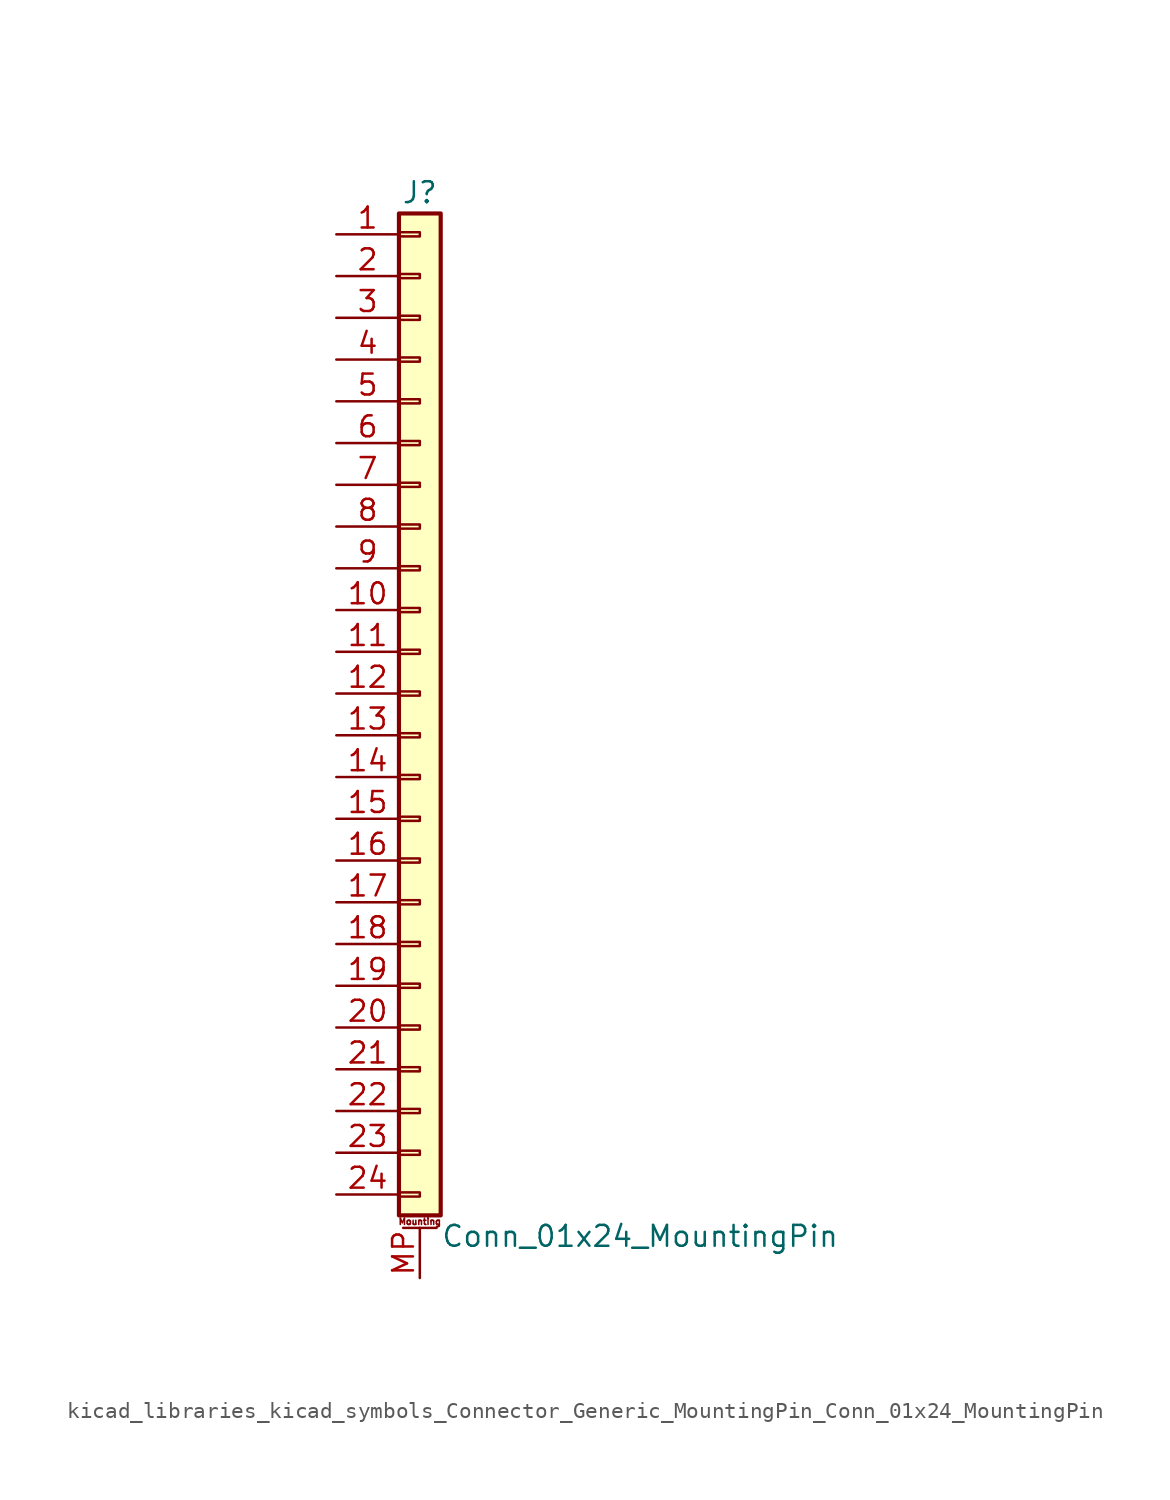
<source format=kicad_sym>
(kicad_symbol_lib
  (version 20220914)
  (generator kicad_symbol_editor)
  (symbol "kicad_libraries_kicad_symbols_Connector_Generic_MountingPin_Conn_01x24_MountingPin"
    (pin_names
      (offset 1.016) hide)
    (property "Reference" "J"
      (at 0 30.48 0)
      (effects (font (size 1.27 1.27))))
    (property "Value" "Conn_01x24_MountingPin"
      (at 1.27 -33.02 0)
      (effects (font (size 1.27 1.27)) (justify left)))
    (symbol "kicad_libraries_kicad_symbols_Connector_Generic_MountingPin_Conn_01x24_MountingPin_1_1"
      (rectangle (start -1.27 -30.353) (end 0 -30.607) (stroke (width 0.152) (type default)) (fill (type none)))
      (rectangle (start -1.27 -27.813) (end 0 -28.067) (stroke (width 0.152) (type default)) (fill (type none)))
      (rectangle (start -1.27 -25.273) (end 0 -25.527) (stroke (width 0.152) (type default)) (fill (type none)))
      (rectangle (start -1.27 -22.733) (end 0 -22.987) (stroke (width 0.152) (type default)) (fill (type none)))
      (rectangle (start -1.27 -20.193) (end 0 -20.447) (stroke (width 0.152) (type default)) (fill (type none)))
      (rectangle (start -1.27 -17.653) (end 0 -17.907) (stroke (width 0.152) (type default)) (fill (type none)))
      (rectangle (start -1.27 -15.113) (end 0 -15.367) (stroke (width 0.152) (type default)) (fill (type none)))
      (rectangle (start -1.27 -12.573) (end 0 -12.827) (stroke (width 0.152) (type default)) (fill (type none)))
      (rectangle (start -1.27 -10.033) (end 0 -10.287) (stroke (width 0.152) (type default)) (fill (type none)))
      (rectangle (start -1.27 -7.493) (end 0 -7.747) (stroke (width 0.152) (type default)) (fill (type none)))
      (rectangle (start -1.27 -4.953) (end 0 -5.207) (stroke (width 0.152) (type default)) (fill (type none)))
      (rectangle (start -1.27 -2.413) (end 0 -2.667) (stroke (width 0.152) (type default)) (fill (type none)))
      (rectangle (start -1.27 0.127) (end 0 -0.127) (stroke (width 0.152) (type default)) (fill (type none)))
      (rectangle (start -1.27 2.667) (end 0 2.413) (stroke (width 0.152) (type default)) (fill (type none)))
      (rectangle (start -1.27 5.207) (end 0 4.953) (stroke (width 0.152) (type default)) (fill (type none)))
      (rectangle (start -1.27 7.747) (end 0 7.493) (stroke (width 0.152) (type default)) (fill (type none)))
      (rectangle (start -1.27 10.287) (end 0 10.033) (stroke (width 0.152) (type default)) (fill (type none)))
      (rectangle (start -1.27 12.827) (end 0 12.573) (stroke (width 0.152) (type default)) (fill (type none)))
      (rectangle (start -1.27 15.367) (end 0 15.113) (stroke (width 0.152) (type default)) (fill (type none)))
      (rectangle (start -1.27 17.907) (end 0 17.653) (stroke (width 0.152) (type default)) (fill (type none)))
      (rectangle (start -1.27 20.447) (end 0 20.193) (stroke (width 0.152) (type default)) (fill (type none)))
      (rectangle (start -1.27 22.987) (end 0 22.733) (stroke (width 0.152) (type default)) (fill (type none)))
      (rectangle (start -1.27 25.527) (end 0 25.273) (stroke (width 0.152) (type default)) (fill (type none)))
      (rectangle (start -1.27 28.067) (end 0 27.813) (stroke (width 0.152) (type default)) (fill (type none)))
      (rectangle (start -1.27 29.21) (end 1.27 -31.75) (stroke (width 0.254) (type default)) (fill (type background)))
      (polyline (pts (xy -1.016 -32.512) (xy 1.016 -32.512)) (stroke (width 0.152) (type default)) (fill (type none)))
      (text "Mounting" (at 0 -32.131 0) (effects (font (size 0.381 0.381))))
      (pin passive line (at -5.08 27.94 0) (length 3.81) (name "Pin_1" (effects (font (size 1.27 1.27)))) (number "1" (effects (font (size 1.27 1.27)))))
      (pin passive line (at -5.08 5.08 0) (length 3.81) (name "Pin_10" (effects (font (size 1.27 1.27)))) (number "10" (effects (font (size 1.27 1.27)))))
      (pin passive line (at -5.08 2.54 0) (length 3.81) (name "Pin_11" (effects (font (size 1.27 1.27)))) (number "11" (effects (font (size 1.27 1.27)))))
      (pin passive line (at -5.08 0 0) (length 3.81) (name "Pin_12" (effects (font (size 1.27 1.27)))) (number "12" (effects (font (size 1.27 1.27)))))
      (pin passive line (at -5.08 -2.54 0) (length 3.81) (name "Pin_13" (effects (font (size 1.27 1.27)))) (number "13" (effects (font (size 1.27 1.27)))))
      (pin passive line (at -5.08 -5.08 0) (length 3.81) (name "Pin_14" (effects (font (size 1.27 1.27)))) (number "14" (effects (font (size 1.27 1.27)))))
      (pin passive line (at -5.08 -7.62 0) (length 3.81) (name "Pin_15" (effects (font (size 1.27 1.27)))) (number "15" (effects (font (size 1.27 1.27)))))
      (pin passive line (at -5.08 -10.16 0) (length 3.81) (name "Pin_16" (effects (font (size 1.27 1.27)))) (number "16" (effects (font (size 1.27 1.27)))))
      (pin passive line (at -5.08 -12.7 0) (length 3.81) (name "Pin_17" (effects (font (size 1.27 1.27)))) (number "17" (effects (font (size 1.27 1.27)))))
      (pin passive line (at -5.08 -15.24 0) (length 3.81) (name "Pin_18" (effects (font (size 1.27 1.27)))) (number "18" (effects (font (size 1.27 1.27)))))
      (pin passive line (at -5.08 -17.78 0) (length 3.81) (name "Pin_19" (effects (font (size 1.27 1.27)))) (number "19" (effects (font (size 1.27 1.27)))))
      (pin passive line (at -5.08 25.4 0) (length 3.81) (name "Pin_2" (effects (font (size 1.27 1.27)))) (number "2" (effects (font (size 1.27 1.27)))))
      (pin passive line (at -5.08 -20.32 0) (length 3.81) (name "Pin_20" (effects (font (size 1.27 1.27)))) (number "20" (effects (font (size 1.27 1.27)))))
      (pin passive line (at -5.08 -22.86 0) (length 3.81) (name "Pin_21" (effects (font (size 1.27 1.27)))) (number "21" (effects (font (size 1.27 1.27)))))
      (pin passive line (at -5.08 -25.4 0) (length 3.81) (name "Pin_22" (effects (font (size 1.27 1.27)))) (number "22" (effects (font (size 1.27 1.27)))))
      (pin passive line (at -5.08 -27.94 0) (length 3.81) (name "Pin_23" (effects (font (size 1.27 1.27)))) (number "23" (effects (font (size 1.27 1.27)))))
      (pin passive line (at -5.08 -30.48 0) (length 3.81) (name "Pin_24" (effects (font (size 1.27 1.27)))) (number "24" (effects (font (size 1.27 1.27)))))
      (pin passive line (at -5.08 22.86 0) (length 3.81) (name "Pin_3" (effects (font (size 1.27 1.27)))) (number "3" (effects (font (size 1.27 1.27)))))
      (pin passive line (at -5.08 20.32 0) (length 3.81) (name "Pin_4" (effects (font (size 1.27 1.27)))) (number "4" (effects (font (size 1.27 1.27)))))
      (pin passive line (at -5.08 17.78 0) (length 3.81) (name "Pin_5" (effects (font (size 1.27 1.27)))) (number "5" (effects (font (size 1.27 1.27)))))
      (pin passive line (at -5.08 15.24 0) (length 3.81) (name "Pin_6" (effects (font (size 1.27 1.27)))) (number "6" (effects (font (size 1.27 1.27)))))
      (pin passive line (at -5.08 12.7 0) (length 3.81) (name "Pin_7" (effects (font (size 1.27 1.27)))) (number "7" (effects (font (size 1.27 1.27)))))
      (pin passive line (at -5.08 10.16 0) (length 3.81) (name "Pin_8" (effects (font (size 1.27 1.27)))) (number "8" (effects (font (size 1.27 1.27)))))
      (pin passive line (at -5.08 7.62 0) (length 3.81) (name "Pin_9" (effects (font (size 1.27 1.27)))) (number "9" (effects (font (size 1.27 1.27)))))
      (pin passive line (at 0 -35.56 90) (length 3.048) (name "MountPin" (effects (font (size 1.27 1.27)))) (number "MP" (effects (font (size 1.27 1.27))))))))
</source>
